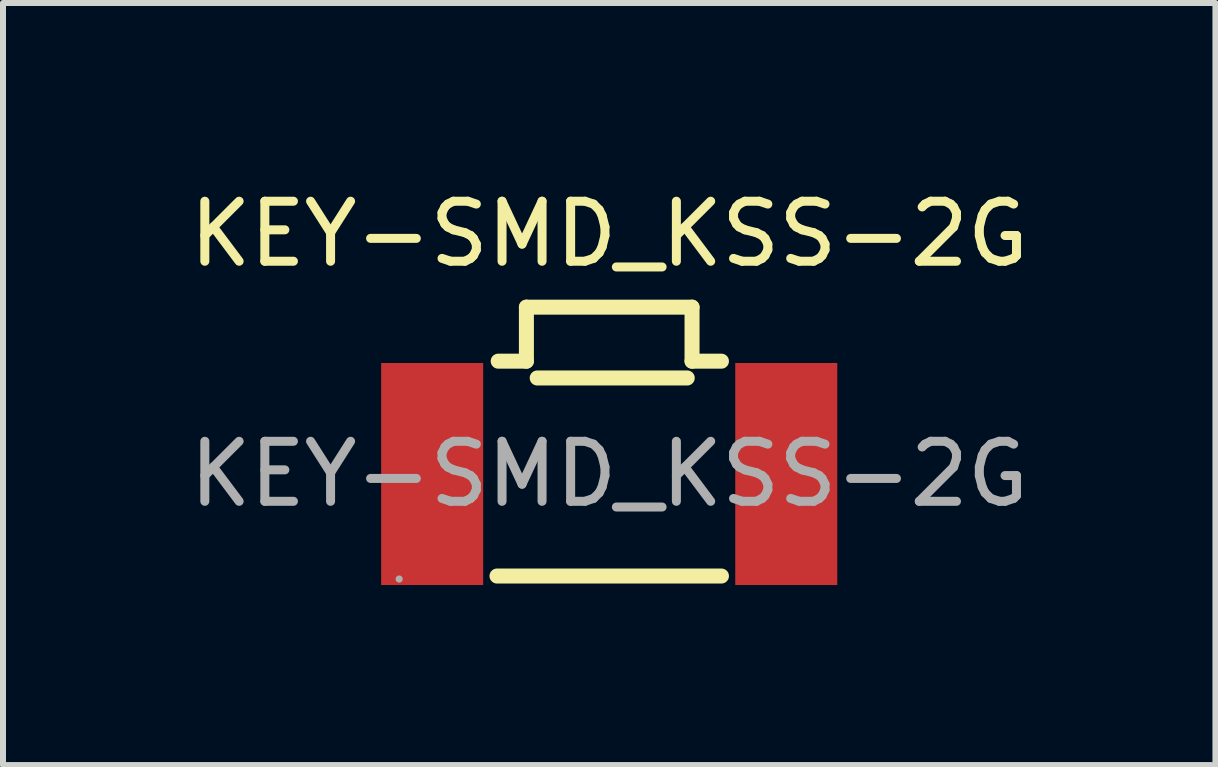
<source format=kicad_pcb>
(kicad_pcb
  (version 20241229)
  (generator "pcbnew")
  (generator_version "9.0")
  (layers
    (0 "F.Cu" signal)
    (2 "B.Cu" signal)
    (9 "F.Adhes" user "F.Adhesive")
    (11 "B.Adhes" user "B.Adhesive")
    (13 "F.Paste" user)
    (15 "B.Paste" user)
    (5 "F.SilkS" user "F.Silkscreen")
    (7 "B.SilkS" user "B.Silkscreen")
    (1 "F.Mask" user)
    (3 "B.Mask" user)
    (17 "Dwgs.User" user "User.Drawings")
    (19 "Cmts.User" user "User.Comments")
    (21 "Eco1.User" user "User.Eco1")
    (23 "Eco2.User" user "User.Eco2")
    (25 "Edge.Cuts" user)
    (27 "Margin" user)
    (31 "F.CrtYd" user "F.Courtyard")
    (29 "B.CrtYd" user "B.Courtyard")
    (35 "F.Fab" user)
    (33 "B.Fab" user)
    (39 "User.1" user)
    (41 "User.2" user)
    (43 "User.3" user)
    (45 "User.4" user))
  (footprint "KEY-SMD_KSS-2G"
    (layer "F.Cu")
    (at 7.101 4.848)
    (property "Reference" "KEY-SMD_KSS-2G" (at 0 -4 0) (layer "F.SilkS") (effects (font (size 1 1) (thickness 0.15))))
    (attr smd)
    (fp_line (start -1.87 1.7) (end 1.87 1.7) (stroke (width 0.25) (type solid)) (layer "F.SilkS"))
    (fp_line (start -1.85 -1.88) (end -1.38 -1.88) (stroke (width 0.25) (type solid)) (layer "F.SilkS"))
    (fp_line (start -1.38 -2.78) (end 1.38 -2.78) (stroke (width 0.25) (type solid)) (layer "F.SilkS"))
    (fp_line (start -1.38 -1.88) (end -1.38 -2.78) (stroke (width 0.25) (type solid)) (layer "F.SilkS"))
    (fp_line (start -1.2 -1.6) (end 1.3 -1.6) (stroke (width 0.25) (type solid)) (layer "F.SilkS"))
    (fp_line (start 1.38 -2.78) (end 1.38 -1.88) (stroke (width 0.25) (type solid)) (layer "F.SilkS"))
    (fp_line (start 1.38 -1.88) (end 1.87 -1.88) (stroke (width 0.25) (type solid)) (layer "F.SilkS"))
    (fp_circle (center -3.5 1.75) (end -3.47 1.75) (stroke (width 0.06) (type solid)) (fill no) (layer "F.Fab"))
    (fp_text user "${REFERENCE}" (at 0 0 0) (layer "F.Fab") (effects (font (size 1 1) (thickness 0.15))))
    (pad "1" smd rect (at -2.95 0 270) (size 3.7 1.7) (layers "F.Cu" "F.Mask" "F.Paste"))
    (pad "2" smd rect (at 2.95 0 270) (size 3.7 1.7) (layers "F.Cu" "F.Mask" "F.Paste")))
  (gr_rect
    (start -3 -3)
    (end 17.202 9.698)
    (stroke (width 0.1) (type default))
    (fill no)
    (layer "Edge.Cuts")))
</source>
